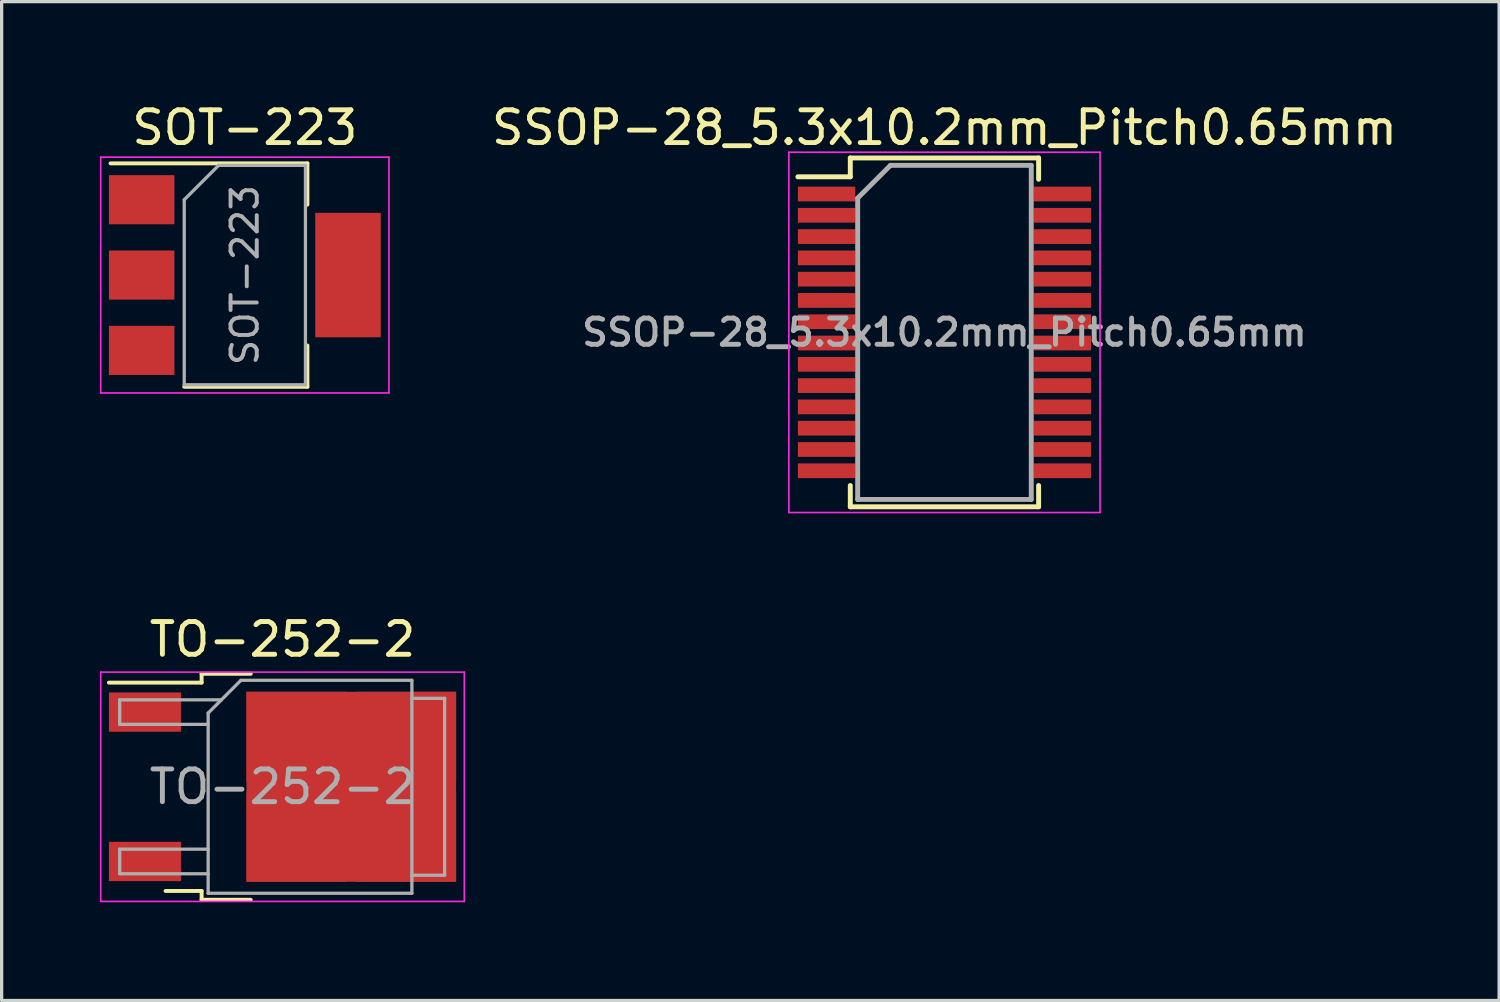
<source format=kicad_pcb>
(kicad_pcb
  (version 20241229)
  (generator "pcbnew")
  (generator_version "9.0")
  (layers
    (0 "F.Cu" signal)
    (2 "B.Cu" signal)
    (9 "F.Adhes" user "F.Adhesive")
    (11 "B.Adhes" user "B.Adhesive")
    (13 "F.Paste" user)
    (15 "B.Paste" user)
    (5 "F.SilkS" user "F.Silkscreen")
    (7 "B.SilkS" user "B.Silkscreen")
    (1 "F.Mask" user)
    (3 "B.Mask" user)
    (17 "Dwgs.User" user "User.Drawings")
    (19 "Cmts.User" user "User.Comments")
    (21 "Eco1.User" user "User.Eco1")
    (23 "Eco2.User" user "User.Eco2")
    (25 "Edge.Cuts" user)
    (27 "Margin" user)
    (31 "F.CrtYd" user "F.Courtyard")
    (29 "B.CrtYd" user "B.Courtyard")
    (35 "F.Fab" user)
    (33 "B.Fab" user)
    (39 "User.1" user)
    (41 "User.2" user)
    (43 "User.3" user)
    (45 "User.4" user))
  (footprint "SSOP-28_5.3x10.2mm_Pitch0.65mm"
    (layer "F.Cu")
    (at 25.785 7.098)
    (property "Reference" "SSOP-28_5.3x10.2mm_Pitch0.65mm" (at 0 -6.25 0) (layer "F.SilkS") (effects (font (size 1 1) (thickness 0.15))))
    (attr smd)
    (fp_line (start -2.875 -5.325) (end -2.875 -4.75) (stroke (width 0.15) (type solid)) (layer "F.SilkS"))
    (fp_line (start -2.875 -5.325) (end 2.875 -5.325) (stroke (width 0.15) (type solid)) (layer "F.SilkS"))
    (fp_line (start -2.875 -4.75) (end -4.475 -4.75) (stroke (width 0.15) (type solid)) (layer "F.SilkS"))
    (fp_line (start -2.875 5.325) (end -2.875 4.675) (stroke (width 0.15) (type solid)) (layer "F.SilkS"))
    (fp_line (start -2.875 5.325) (end 2.875 5.325) (stroke (width 0.15) (type solid)) (layer "F.SilkS"))
    (fp_line (start 2.875 -5.325) (end 2.875 -4.675) (stroke (width 0.15) (type solid)) (layer "F.SilkS"))
    (fp_line (start 2.875 5.325) (end 2.875 4.675) (stroke (width 0.15) (type solid)) (layer "F.SilkS"))
    (fp_line (start -4.75 -5.5) (end -4.75 5.5) (stroke (width 0.05) (type solid)) (layer "F.CrtYd"))
    (fp_line (start -4.75 -5.5) (end 4.75 -5.5) (stroke (width 0.05) (type solid)) (layer "F.CrtYd"))
    (fp_line (start -4.75 5.5) (end 4.75 5.5) (stroke (width 0.05) (type solid)) (layer "F.CrtYd"))
    (fp_line (start 4.75 -5.5) (end 4.75 5.5) (stroke (width 0.05) (type solid)) (layer "F.CrtYd"))
    (fp_line (start -2.65 -4.1) (end -1.65 -5.1) (stroke (width 0.15) (type solid)) (layer "F.Fab"))
    (fp_line (start -2.65 5.1) (end -2.65 -4.1) (stroke (width 0.15) (type solid)) (layer "F.Fab"))
    (fp_line (start -1.65 -5.1) (end 2.65 -5.1) (stroke (width 0.15) (type solid)) (layer "F.Fab"))
    (fp_line (start 2.65 -5.1) (end 2.65 5.1) (stroke (width 0.15) (type solid)) (layer "F.Fab"))
    (fp_line (start 2.65 5.1) (end -2.65 5.1) (stroke (width 0.15) (type solid)) (layer "F.Fab"))
    (fp_text user "${REFERENCE}" (at 0 0 0) (layer "F.Fab") (effects (font (size 0.8 0.8) (thickness 0.15))))
    (pad "1" smd rect (at -3.6 -4.225) (size 1.75 0.45) (layers "F.Cu" "F.Mask" "F.Paste"))
    (pad "2" smd rect (at -3.6 -3.575) (size 1.75 0.45) (layers "F.Cu" "F.Mask" "F.Paste"))
    (pad "3" smd rect (at -3.6 -2.925) (size 1.75 0.45) (layers "F.Cu" "F.Mask" "F.Paste"))
    (pad "4" smd rect (at -3.6 -2.275) (size 1.75 0.45) (layers "F.Cu" "F.Mask" "F.Paste"))
    (pad "5" smd rect (at -3.6 -1.625) (size 1.75 0.45) (layers "F.Cu" "F.Mask" "F.Paste"))
    (pad "6" smd rect (at -3.6 -0.975) (size 1.75 0.45) (layers "F.Cu" "F.Mask" "F.Paste"))
    (pad "7" smd rect (at -3.6 -0.325) (size 1.75 0.45) (layers "F.Cu" "F.Mask" "F.Paste"))
    (pad "8" smd rect (at -3.6 0.325) (size 1.75 0.45) (layers "F.Cu" "F.Mask" "F.Paste"))
    (pad "9" smd rect (at -3.6 0.975) (size 1.75 0.45) (layers "F.Cu" "F.Mask" "F.Paste"))
    (pad "10" smd rect (at -3.6 1.625) (size 1.75 0.45) (layers "F.Cu" "F.Mask" "F.Paste"))
    (pad "11" smd rect (at -3.6 2.275) (size 1.75 0.45) (layers "F.Cu" "F.Mask" "F.Paste"))
    (pad "12" smd rect (at -3.6 2.925) (size 1.75 0.45) (layers "F.Cu" "F.Mask" "F.Paste"))
    (pad "13" smd rect (at -3.6 3.575) (size 1.75 0.45) (layers "F.Cu" "F.Mask" "F.Paste"))
    (pad "14" smd rect (at -3.6 4.225) (size 1.75 0.45) (layers "F.Cu" "F.Mask" "F.Paste"))
    (pad "15" smd rect (at 3.6 4.225) (size 1.75 0.45) (layers "F.Cu" "F.Mask" "F.Paste"))
    (pad "16" smd rect (at 3.6 3.575) (size 1.75 0.45) (layers "F.Cu" "F.Mask" "F.Paste"))
    (pad "17" smd rect (at 3.6 2.925) (size 1.75 0.45) (layers "F.Cu" "F.Mask" "F.Paste"))
    (pad "18" smd rect (at 3.6 2.275) (size 1.75 0.45) (layers "F.Cu" "F.Mask" "F.Paste"))
    (pad "19" smd rect (at 3.6 1.625) (size 1.75 0.45) (layers "F.Cu" "F.Mask" "F.Paste"))
    (pad "20" smd rect (at 3.6 0.975) (size 1.75 0.45) (layers "F.Cu" "F.Mask" "F.Paste"))
    (pad "21" smd rect (at 3.6 0.325) (size 1.75 0.45) (layers "F.Cu" "F.Mask" "F.Paste"))
    (pad "22" smd rect (at 3.6 -0.325) (size 1.75 0.45) (layers "F.Cu" "F.Mask" "F.Paste"))
    (pad "23" smd rect (at 3.6 -0.975) (size 1.75 0.45) (layers "F.Cu" "F.Mask" "F.Paste"))
    (pad "24" smd rect (at 3.6 -1.625) (size 1.75 0.45) (layers "F.Cu" "F.Mask" "F.Paste"))
    (pad "25" smd rect (at 3.6 -2.275) (size 1.75 0.45) (layers "F.Cu" "F.Mask" "F.Paste"))
    (pad "26" smd rect (at 3.6 -2.925) (size 1.75 0.45) (layers "F.Cu" "F.Mask" "F.Paste"))
    (pad "27" smd rect (at 3.6 -3.575) (size 1.75 0.45) (layers "F.Cu" "F.Mask" "F.Paste"))
    (pad "28" smd rect (at 3.6 -4.225) (size 1.75 0.45) (layers "F.Cu" "F.Mask" "F.Paste")))
  (footprint "SOT-223"
    (layer "F.Cu")
    (at 4.425 5.348)
    (property "Reference" "SOT-223" (at 0 -4.5 0) (layer "F.SilkS") (effects (font (size 1 1) (thickness 0.15))))
    (attr smd)
    (fp_line (start -4.1 -3.41) (end 1.91 -3.41) (stroke (width 0.12) (type solid)) (layer "F.SilkS"))
    (fp_line (start -1.85 3.41) (end 1.91 3.41) (stroke (width 0.12) (type solid)) (layer "F.SilkS"))
    (fp_line (start 1.91 -3.41) (end 1.91 -2.15) (stroke (width 0.12) (type solid)) (layer "F.SilkS"))
    (fp_line (start 1.91 3.41) (end 1.91 2.15) (stroke (width 0.12) (type solid)) (layer "F.SilkS"))
    (fp_line (start -4.4 -3.6) (end -4.4 3.6) (stroke (width 0.05) (type solid)) (layer "F.CrtYd"))
    (fp_line (start -4.4 3.6) (end 4.4 3.6) (stroke (width 0.05) (type solid)) (layer "F.CrtYd"))
    (fp_line (start 4.4 -3.6) (end -4.4 -3.6) (stroke (width 0.05) (type solid)) (layer "F.CrtYd"))
    (fp_line (start 4.4 3.6) (end 4.4 -3.6) (stroke (width 0.05) (type solid)) (layer "F.CrtYd"))
    (fp_line (start -1.85 -2.3) (end -1.85 3.35) (stroke (width 0.1) (type solid)) (layer "F.Fab"))
    (fp_line (start -1.85 -2.3) (end -0.8 -3.35) (stroke (width 0.1) (type solid)) (layer "F.Fab"))
    (fp_line (start -1.85 3.35) (end 1.85 3.35) (stroke (width 0.1) (type solid)) (layer "F.Fab"))
    (fp_line (start -0.8 -3.35) (end 1.85 -3.35) (stroke (width 0.1) (type solid)) (layer "F.Fab"))
    (fp_line (start 1.85 -3.35) (end 1.85 3.35) (stroke (width 0.1) (type solid)) (layer "F.Fab"))
    (fp_text user "${REFERENCE}" (at 0 0 90) (layer "F.Fab") (effects (font (size 0.8 0.8) (thickness 0.12))))
    (pad "1" smd rect (at -3.15 -2.3) (size 2 1.5) (layers "F.Cu" "F.Mask" "F.Paste"))
    (pad "2" smd rect (at -3.15 0) (size 2 1.5) (layers "F.Cu" "F.Mask" "F.Paste"))
    (pad "3" smd rect (at -3.15 2.3) (size 2 1.5) (layers "F.Cu" "F.Mask" "F.Paste"))
    (pad "4" smd rect (at 3.15 0) (size 2 3.8) (layers "F.Cu" "F.Mask" "F.Paste")))
  (footprint "TO-252-2"
    (layer "F.Cu")
    (at 5.575 20.971)
    (property "Reference" "TO-252-2" (at 0 -4.5 0) (layer "F.SilkS") (effects (font (size 1 1) (thickness 0.15))))
    (attr smd)
    (fp_line (start -2.47 -3.45) (end -2.47 -3.18) (stroke (width 0.12) (type solid)) (layer "F.SilkS"))
    (fp_line (start -2.47 -3.18) (end -5.3 -3.18) (stroke (width 0.12) (type solid)) (layer "F.SilkS"))
    (fp_line (start -2.47 3.18) (end -3.57 3.18) (stroke (width 0.12) (type solid)) (layer "F.SilkS"))
    (fp_line (start -2.47 3.45) (end -2.47 3.18) (stroke (width 0.12) (type solid)) (layer "F.SilkS"))
    (fp_line (start -0.97 -3.45) (end -2.47 -3.45) (stroke (width 0.12) (type solid)) (layer "F.SilkS"))
    (fp_line (start -0.97 3.45) (end -2.47 3.45) (stroke (width 0.12) (type solid)) (layer "F.SilkS"))
    (fp_line (start -5.55 -3.5) (end -5.55 3.5) (stroke (width 0.05) (type solid)) (layer "F.CrtYd"))
    (fp_line (start -5.55 3.5) (end 5.55 3.5) (stroke (width 0.05) (type solid)) (layer "F.CrtYd"))
    (fp_line (start 5.55 -3.5) (end -5.55 -3.5) (stroke (width 0.05) (type solid)) (layer "F.CrtYd"))
    (fp_line (start 5.55 3.5) (end 5.55 -3.5) (stroke (width 0.05) (type solid)) (layer "F.CrtYd"))
    (fp_line (start -4.97 -2.655) (end -4.97 -1.905) (stroke (width 0.1) (type solid)) (layer "F.Fab"))
    (fp_line (start -4.97 -1.905) (end -2.27 -1.905) (stroke (width 0.1) (type solid)) (layer "F.Fab"))
    (fp_line (start -4.97 1.905) (end -4.97 2.655) (stroke (width 0.1) (type solid)) (layer "F.Fab"))
    (fp_line (start -4.97 2.655) (end -2.27 2.655) (stroke (width 0.1) (type solid)) (layer "F.Fab"))
    (fp_line (start -2.27 -2.25) (end -1.27 -3.25) (stroke (width 0.1) (type solid)) (layer "F.Fab"))
    (fp_line (start -2.27 1.905) (end -4.97 1.905) (stroke (width 0.1) (type solid)) (layer "F.Fab"))
    (fp_line (start -2.27 3.25) (end -2.27 -2.25) (stroke (width 0.1) (type solid)) (layer "F.Fab"))
    (fp_line (start -1.865 -2.655) (end -4.97 -2.655) (stroke (width 0.1) (type solid)) (layer "F.Fab"))
    (fp_line (start -1.27 -3.25) (end 3.95 -3.25) (stroke (width 0.1) (type solid)) (layer "F.Fab"))
    (fp_line (start 3.95 -3.25) (end 3.95 3.25) (stroke (width 0.1) (type solid)) (layer "F.Fab"))
    (fp_line (start 3.95 -2.7) (end 4.95 -2.7) (stroke (width 0.1) (type solid)) (layer "F.Fab"))
    (fp_line (start 3.95 3.25) (end -2.27 3.25) (stroke (width 0.1) (type solid)) (layer "F.Fab"))
    (fp_line (start 4.95 -2.7) (end 4.95 2.7) (stroke (width 0.1) (type solid)) (layer "F.Fab"))
    (fp_line (start 4.95 2.7) (end 3.95 2.7) (stroke (width 0.1) (type solid)) (layer "F.Fab"))
    (fp_text user "${REFERENCE}" (at 0 0 0) (layer "F.Fab") (effects (font (size 1 1) (thickness 0.15))))
    (pad "1" smd rect (at -4.2 -2.28) (size 2.2 1.2) (layers "F.Cu" "F.Mask" "F.Paste"))
    (pad "2" smd rect (at 0.425 -1.525) (size 3.05 2.75) (layers "F.Cu" "F.Paste"))
    (pad "2" smd rect (at 0.425 1.525) (size 3.05 2.75) (layers "F.Cu" "F.Paste"))
    (pad "2" smd rect (at 2.1 0) (size 6.4 5.8) (layers "F.Cu" "F.Mask"))
    (pad "2" smd rect (at 3.775 -1.525) (size 3.05 2.75) (layers "F.Cu" "F.Paste"))
    (pad "2" smd rect (at 3.775 1.525) (size 3.05 2.75) (layers "F.Cu" "F.Paste"))
    (pad "3" smd rect (at -4.2 2.28) (size 2.2 1.2) (layers "F.Cu" "F.Mask" "F.Paste")))
  (gr_rect
    (start -3 -3)
    (end 42.719 27.497)
    (stroke (width 0.1) (type default))
    (fill no)
    (layer "Edge.Cuts")))
</source>
